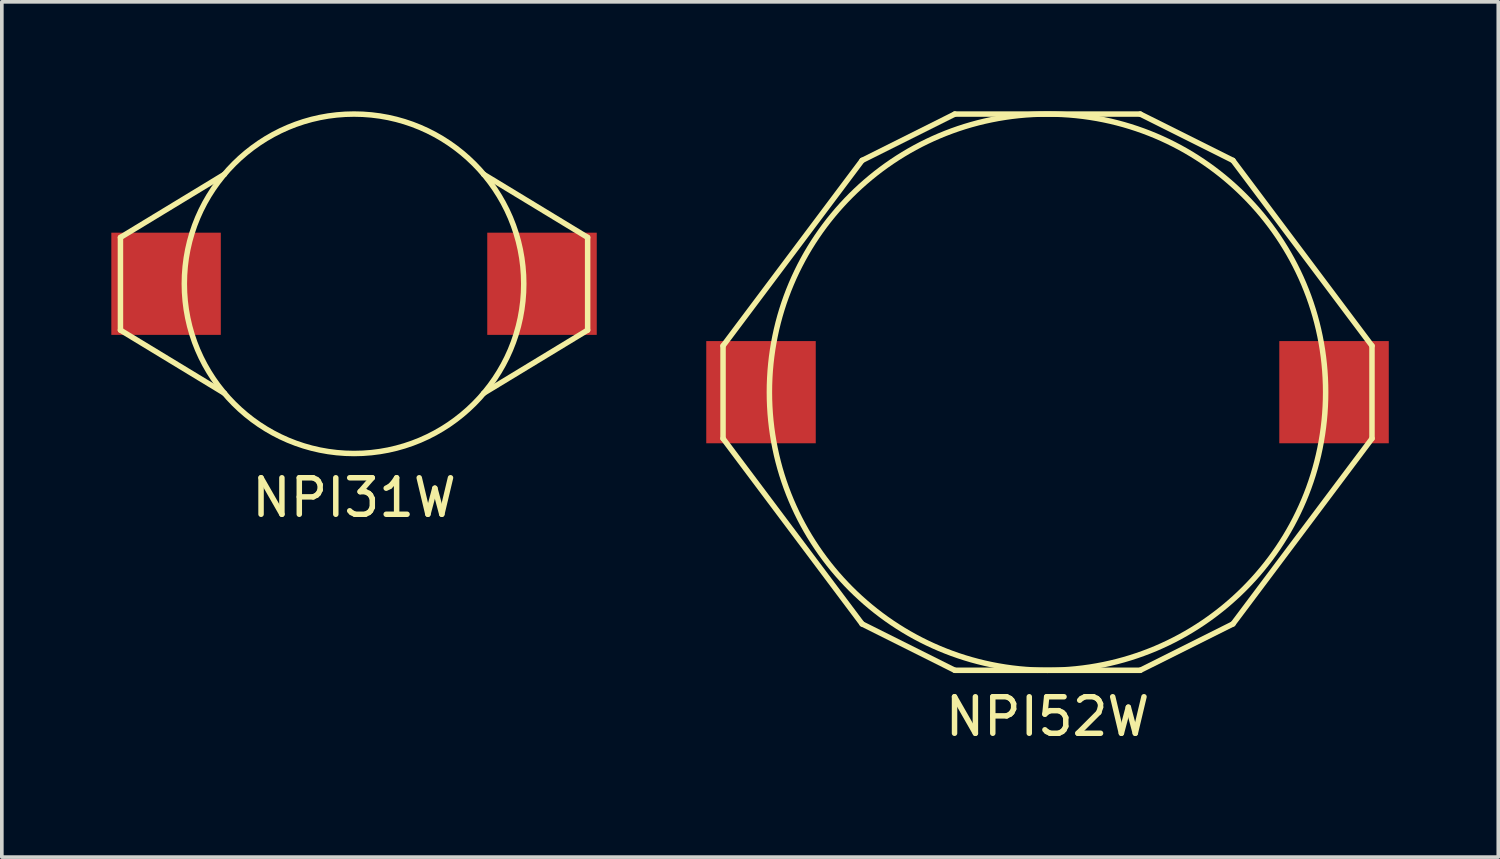
<source format=kicad_pcb>
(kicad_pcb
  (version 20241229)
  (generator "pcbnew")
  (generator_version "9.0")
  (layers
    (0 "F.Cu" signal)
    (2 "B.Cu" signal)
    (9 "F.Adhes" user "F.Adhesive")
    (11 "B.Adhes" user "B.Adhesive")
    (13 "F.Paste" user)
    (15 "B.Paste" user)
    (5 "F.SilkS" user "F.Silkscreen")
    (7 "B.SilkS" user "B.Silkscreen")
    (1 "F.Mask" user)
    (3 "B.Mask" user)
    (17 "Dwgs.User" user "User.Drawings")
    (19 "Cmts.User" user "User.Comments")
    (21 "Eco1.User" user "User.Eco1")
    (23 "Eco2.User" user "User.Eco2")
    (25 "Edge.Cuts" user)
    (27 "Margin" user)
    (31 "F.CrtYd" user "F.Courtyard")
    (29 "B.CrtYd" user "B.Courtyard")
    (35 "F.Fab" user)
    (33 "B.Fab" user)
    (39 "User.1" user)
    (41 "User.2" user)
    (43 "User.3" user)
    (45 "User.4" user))
  (footprint "NPI52W"
    (layer "F.Cu")
    (at 25.65 7.695)
    (property "Reference" "NPI52W" (at 0 8.89 0) (layer "F.SilkS") (effects (font (size 1 1) (thickness 0.15))))
    (attr through_hole)
    (fp_line (start -8.89 1.27) (end -8.89 -1.27) (stroke (width 0.15) (type solid)) (layer "F.SilkS"))
    (fp_line (start -5.08 -6.35) (end -8.89 -1.27) (stroke (width 0.15) (type solid)) (layer "F.SilkS"))
    (fp_line (start -5.08 6.35) (end -8.89 1.27) (stroke (width 0.15) (type solid)) (layer "F.SilkS"))
    (fp_line (start -5.08 6.35) (end -2.54 7.62) (stroke (width 0.15) (type solid)) (layer "F.SilkS"))
    (fp_line (start -2.54 -7.62) (end -5.08 -6.35) (stroke (width 0.15) (type solid)) (layer "F.SilkS"))
    (fp_line (start -2.54 7.62) (end 2.54 7.62) (stroke (width 0.15) (type solid)) (layer "F.SilkS"))
    (fp_line (start 2.54 -7.62) (end -2.54 -7.62) (stroke (width 0.15) (type solid)) (layer "F.SilkS"))
    (fp_line (start 2.54 7.62) (end 5.08 6.35) (stroke (width 0.15) (type solid)) (layer "F.SilkS"))
    (fp_line (start 5.08 -6.35) (end 2.54 -7.62) (stroke (width 0.15) (type solid)) (layer "F.SilkS"))
    (fp_line (start 5.08 6.35) (end 8.89 1.27) (stroke (width 0.15) (type solid)) (layer "F.SilkS"))
    (fp_line (start 8.89 -1.27) (end 5.08 -6.35) (stroke (width 0.15) (type solid)) (layer "F.SilkS"))
    (fp_line (start 8.89 1.27) (end 8.89 -1.27) (stroke (width 0.15) (type solid)) (layer "F.SilkS"))
    (fp_circle (center 0 0) (end 0 -7.62) (stroke (width 0.15) (type solid)) (fill no) (layer "F.SilkS"))
    (pad "1" smd rect (at -7.85 0) (size 3 2.8) (layers "F.Cu" "F.Mask" "F.Paste"))
    (pad "2" smd rect (at 7.85 0) (size 3 2.8) (layers "F.Cu" "F.Mask" "F.Paste")))
  (footprint "NPI31W"
    (layer "F.Cu")
    (at 6.65 4.725)
    (property "Reference" "NPI31W" (at 0 5.86 0) (layer "F.SilkS") (effects (font (size 1 1) (thickness 0.15))))
    (attr through_hole)
    (fp_line (start -6.4 1.27) (end -6.4 -1.27) (stroke (width 0.15) (type solid)) (layer "F.SilkS"))
    (fp_line (start -3.55 -3) (end -6.4 -1.27) (stroke (width 0.15) (type solid)) (layer "F.SilkS"))
    (fp_line (start -3.55 3) (end -6.4 1.27) (stroke (width 0.15) (type solid)) (layer "F.SilkS"))
    (fp_line (start 3.55 3) (end 6.4 1.27) (stroke (width 0.15) (type solid)) (layer "F.SilkS"))
    (fp_line (start 6.4 -1.27) (end 3.55 -3) (stroke (width 0.15) (type solid)) (layer "F.SilkS"))
    (fp_line (start 6.4 1.27) (end 6.4 -1.27) (stroke (width 0.15) (type solid)) (layer "F.SilkS"))
    (fp_circle (center 0 0) (end 0 -4.65) (stroke (width 0.15) (type solid)) (fill no) (layer "F.SilkS"))
    (pad "1" smd rect (at -5.15 0) (size 3 2.8) (layers "F.Cu" "F.Mask" "F.Paste"))
    (pad "2" smd rect (at 5.15 0) (size 3 2.8) (layers "F.Cu" "F.Mask" "F.Paste")))
  (gr_rect
    (start -3 -3)
    (end 38 20.433)
    (stroke (width 0.1) (type default))
    (fill no)
    (layer "Edge.Cuts")))
</source>
